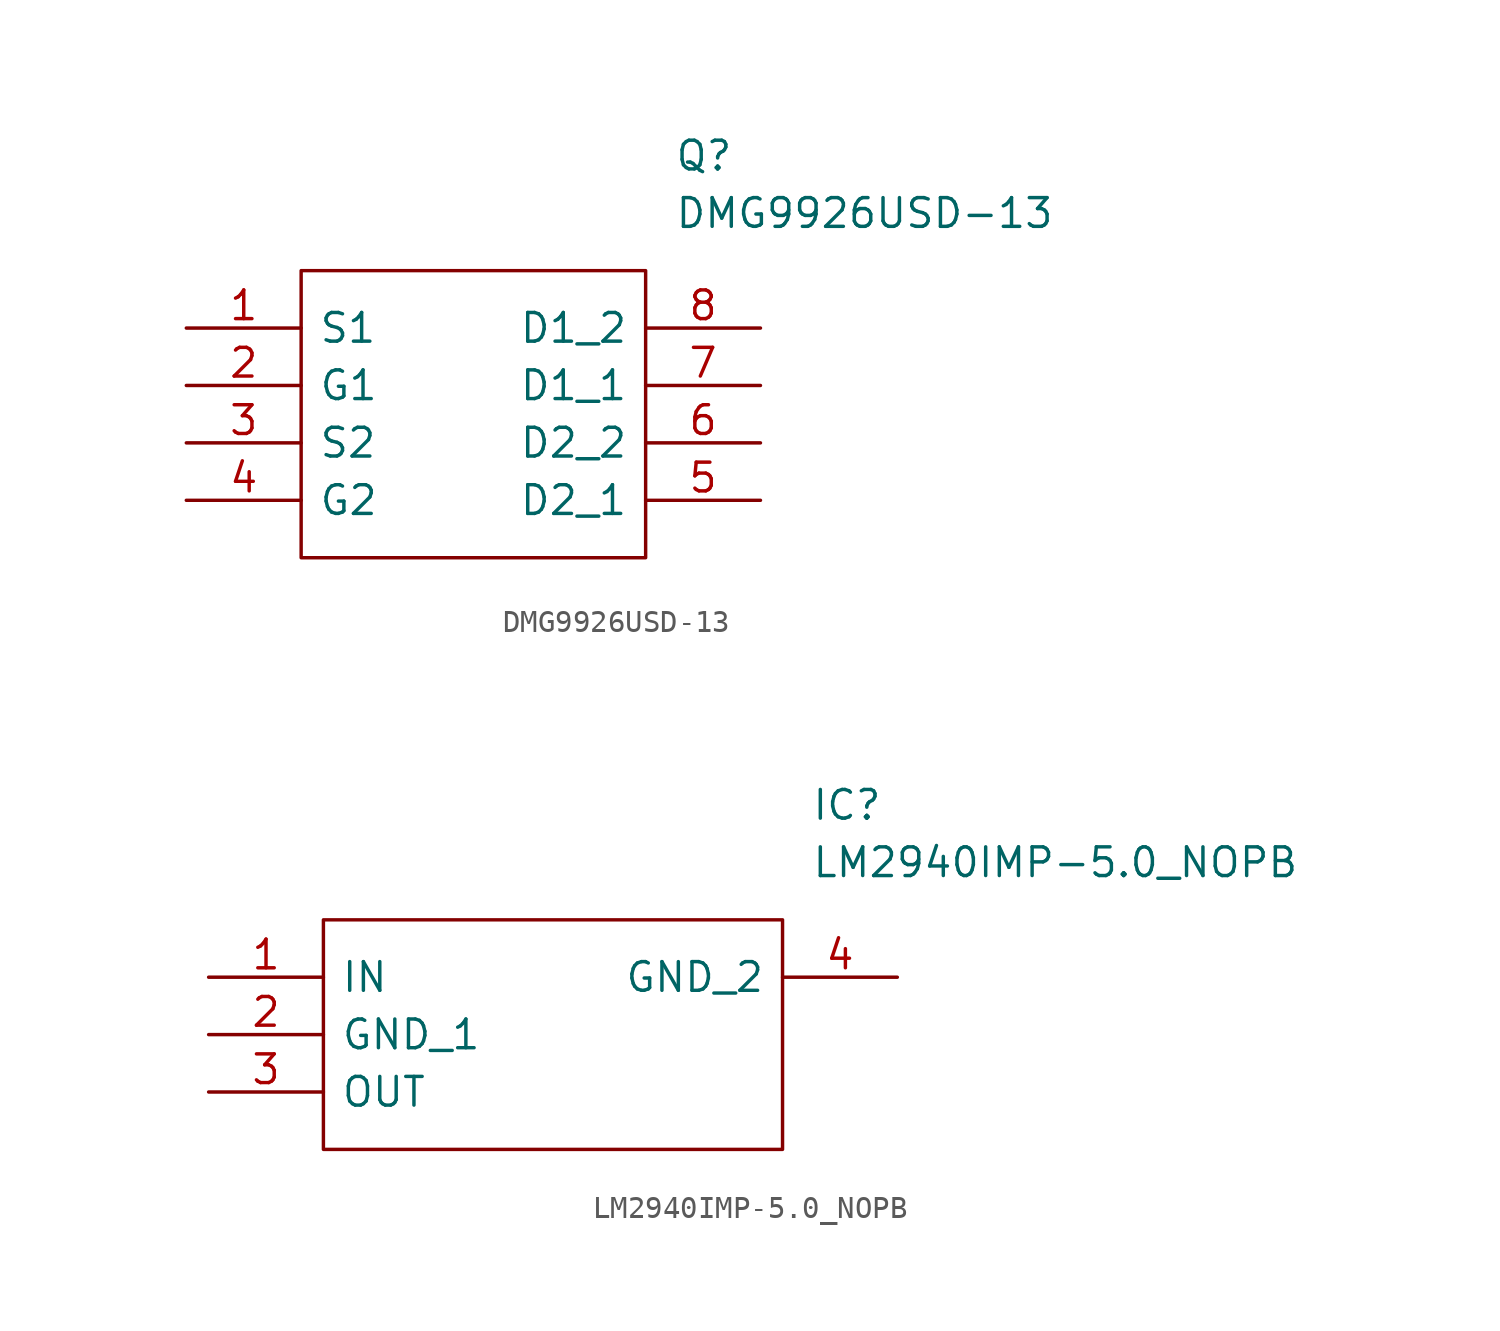
<source format=kicad_sym>
(kicad_symbol_lib
  (version 20211014)
  (generator kicad_symbol_editor)
  (symbol "DMG9926USD-13"
    (pin_names
      (offset 0.762))
    (property "Reference" "Q"
      (at 21.59 7.62 0)
      (effects (font (size 1.27 1.27)) (justify left)))
    (property "Value" "DMG9926USD-13"
      (at 21.59 5.08 0)
      (effects (font (size 1.27 1.27)) (justify left)))
    (symbol "DMG9926USD-13_0_0"
      (pin passive line (at 0 0 0) (length 5.08) (name "S1" (effects (font (size 1.27 1.27)))) (number "1" (effects (font (size 1.27 1.27)))))
      (pin passive line (at 0 -2.54 0) (length 5.08) (name "G1" (effects (font (size 1.27 1.27)))) (number "2" (effects (font (size 1.27 1.27)))))
      (pin passive line (at 0 -5.08 0) (length 5.08) (name "S2" (effects (font (size 1.27 1.27)))) (number "3" (effects (font (size 1.27 1.27)))))
      (pin passive line (at 0 -7.62 0) (length 5.08) (name "G2" (effects (font (size 1.27 1.27)))) (number "4" (effects (font (size 1.27 1.27)))))
      (pin passive line (at 25.4 -7.62 180) (length 5.08) (name "D2_1" (effects (font (size 1.27 1.27)))) (number "5" (effects (font (size 1.27 1.27)))))
      (pin passive line (at 25.4 -5.08 180) (length 5.08) (name "D2_2" (effects (font (size 1.27 1.27)))) (number "6" (effects (font (size 1.27 1.27)))))
      (pin passive line (at 25.4 -2.54 180) (length 5.08) (name "D1_1" (effects (font (size 1.27 1.27)))) (number "7" (effects (font (size 1.27 1.27)))))
      (pin passive line (at 25.4 0 180) (length 5.08) (name "D1_2" (effects (font (size 1.27 1.27)))) (number "8" (effects (font (size 1.27 1.27))))))
    (symbol "DMG9926USD-13_0_1"
      (polyline (pts (xy 5.08 2.54) (xy 20.32 2.54) (xy 20.32 -10.16) (xy 5.08 -10.16) (xy 5.08 2.54)) (stroke (width 0.152) (type default) (color 0 0 0 0)) (fill (type none)))))
  (symbol "LM2940IMP-5.0_NOPB"
    (pin_names
      (offset 0.762))
    (property "Reference" "IC"
      (at 26.67 7.62 0)
      (effects (font (size 1.27 1.27)) (justify left)))
    (property "Value" "LM2940IMP-5.0_NOPB"
      (at 26.67 5.08 0)
      (effects (font (size 1.27 1.27)) (justify left)))
    (symbol "LM2940IMP-5.0_NOPB_0_0"
      (pin passive line (at 0 0 0) (length 5.08) (name "IN" (effects (font (size 1.27 1.27)))) (number "1" (effects (font (size 1.27 1.27)))))
      (pin passive line (at 0 -2.54 0) (length 5.08) (name "GND_1" (effects (font (size 1.27 1.27)))) (number "2" (effects (font (size 1.27 1.27)))))
      (pin passive line (at 0 -5.08 0) (length 5.08) (name "OUT" (effects (font (size 1.27 1.27)))) (number "3" (effects (font (size 1.27 1.27)))))
      (pin passive line (at 30.48 0 180) (length 5.08) (name "GND_2" (effects (font (size 1.27 1.27)))) (number "4" (effects (font (size 1.27 1.27))))))
    (symbol "LM2940IMP-5.0_NOPB_0_1"
      (polyline (pts (xy 5.08 2.54) (xy 25.4 2.54) (xy 25.4 -7.62) (xy 5.08 -7.62) (xy 5.08 2.54)) (stroke (width 0.152) (type default) (color 0 0 0 0)) (fill (type none))))))
</source>
